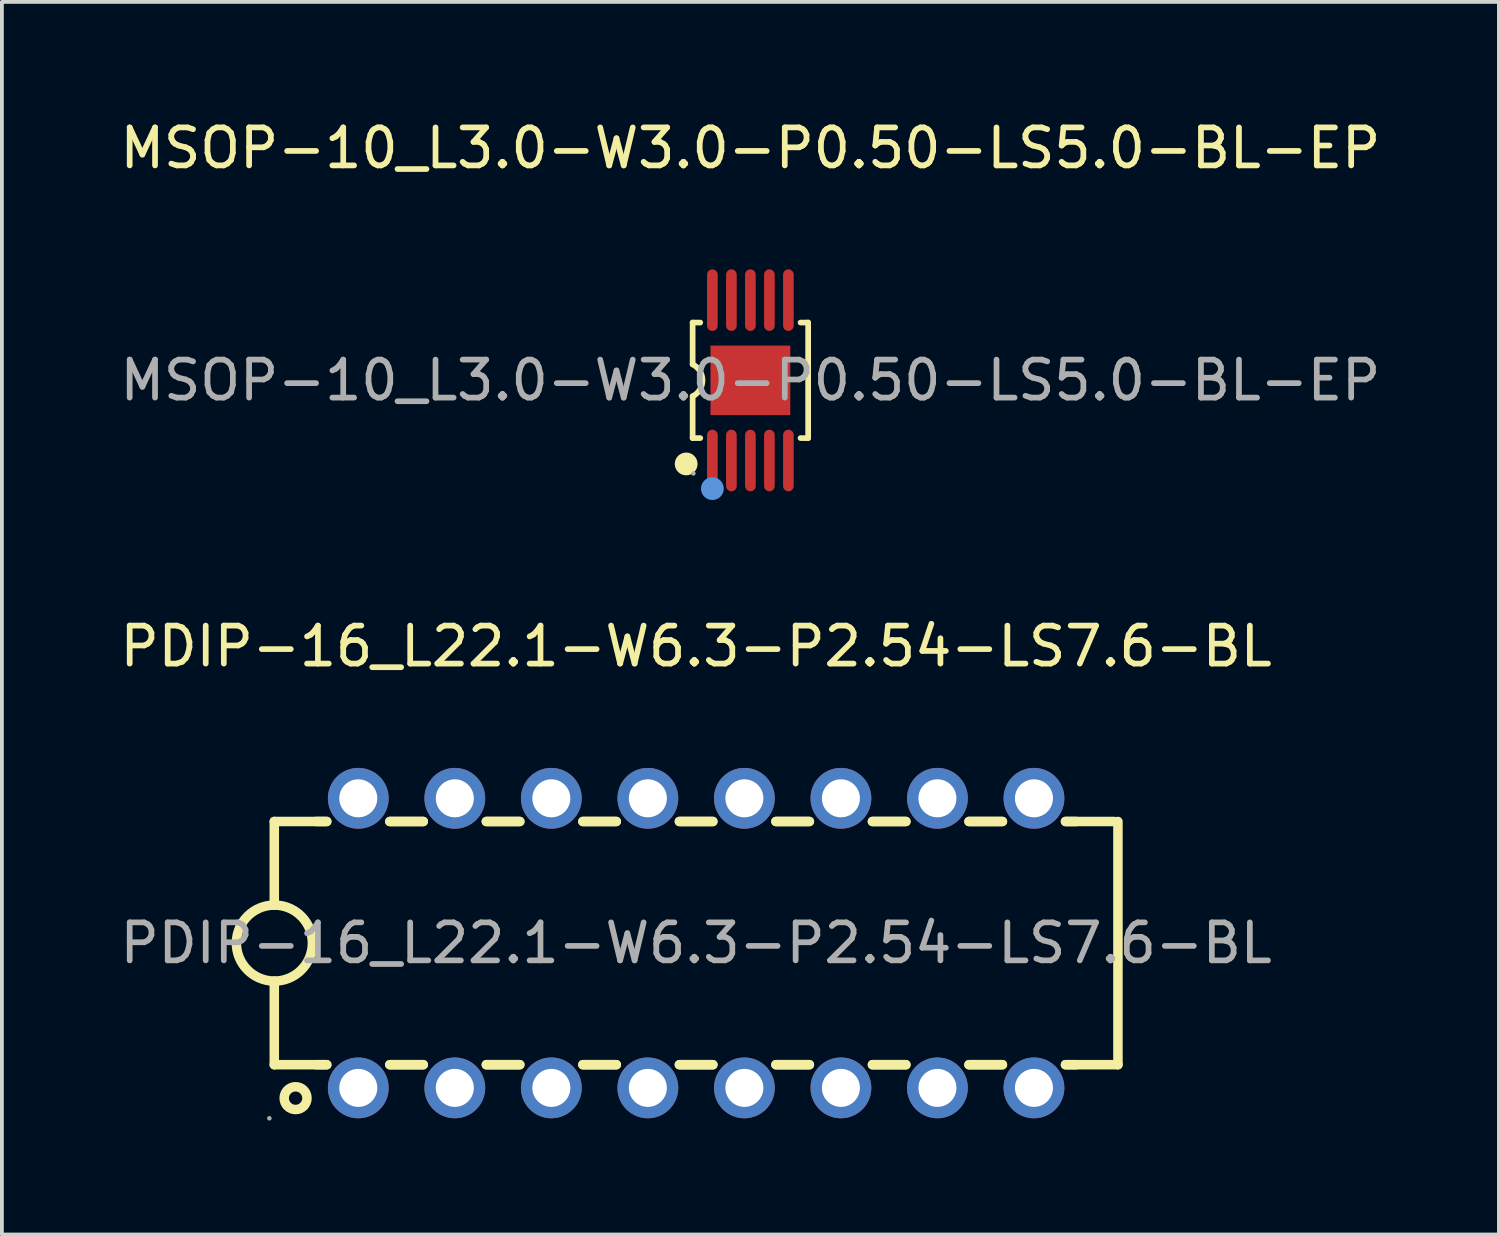
<source format=kicad_pcb>
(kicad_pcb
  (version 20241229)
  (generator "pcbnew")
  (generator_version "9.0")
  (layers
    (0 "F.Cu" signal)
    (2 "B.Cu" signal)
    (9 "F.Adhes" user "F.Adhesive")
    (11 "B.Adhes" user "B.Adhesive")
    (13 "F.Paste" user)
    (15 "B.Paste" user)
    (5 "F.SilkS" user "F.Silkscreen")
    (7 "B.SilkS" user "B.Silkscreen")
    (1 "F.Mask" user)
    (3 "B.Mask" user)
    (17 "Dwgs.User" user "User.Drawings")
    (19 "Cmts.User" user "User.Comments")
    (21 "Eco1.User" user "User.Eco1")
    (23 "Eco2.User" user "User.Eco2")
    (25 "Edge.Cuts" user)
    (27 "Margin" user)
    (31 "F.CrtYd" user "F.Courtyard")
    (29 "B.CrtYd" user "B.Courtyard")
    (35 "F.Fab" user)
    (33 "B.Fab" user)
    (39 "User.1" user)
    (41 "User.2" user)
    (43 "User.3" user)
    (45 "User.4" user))
  (footprint "MSOP-10_L3.0-W3.0-P0.50-LS5.0-BL-EP"
    (layer "F.Cu")
    (at 16.696 6.958)
    (property "Reference" "MSOP-10_L3.0-W3.0-P0.50-LS5.0-BL-EP" (at 0 -6.11 0) (layer "F.SilkS") (effects (font (size 1 1) (thickness 0.15))))
    (attr through_hole)
    (fp_line (start -1.52 -1.52) (end -1.52 -0.42) (stroke (width 0.15) (type solid)) (layer "F.SilkS"))
    (fp_line (start -1.52 1.52) (end -1.52 0.42) (stroke (width 0.15) (type solid)) (layer "F.SilkS"))
    (fp_line (start -1.52 1.52) (end -1.32 1.52) (stroke (width 0.15) (type solid)) (layer "F.SilkS"))
    (fp_line (start -1.32 -1.52) (end -1.52 -1.52) (stroke (width 0.15) (type solid)) (layer "F.SilkS"))
    (fp_line (start 1.32 1.52) (end 1.52 1.52) (stroke (width 0.15) (type solid)) (layer "F.SilkS"))
    (fp_line (start 1.52 -1.52) (end 1.32 -1.52) (stroke (width 0.15) (type solid)) (layer "F.SilkS"))
    (fp_line (start 1.52 1.52) (end 1.52 -1.52) (stroke (width 0.15) (type solid)) (layer "F.SilkS"))
    (fp_arc (start -1.52 -0.42) (mid -1.260427 -0.00086) (end -1.518463 0.419228) (stroke (width 0.15) (type solid)) (layer "F.SilkS"))
    (fp_circle (center -1.69 2.2) (end -1.54 2.2) (stroke (width 0.3) (type solid)) (fill no) (layer "F.SilkS"))
    (fp_circle (center -1 2.85) (end -0.85 2.85) (stroke (width 0.3) (type solid)) (fill no) (layer "Cmts.User"))
    (fp_circle (center -1.5 2.45) (end -1.47 2.45) (stroke (width 0.06) (type solid)) (fill no) (layer "F.Fab"))
    (fp_text user "${REFERENCE}" (at 0 0 0) (layer "F.Fab") (effects (font (size 1 1) (thickness 0.15))))
    (pad "1" smd oval (at -1 2.11) (size 0.28 1.62) (layers "F.Cu" "F.Mask" "F.Paste"))
    (pad "2" smd oval (at -0.5 2.11) (size 0.28 1.62) (layers "F.Cu" "F.Mask" "F.Paste"))
    (pad "3" smd oval (at 0 2.11) (size 0.28 1.62) (layers "F.Cu" "F.Mask" "F.Paste"))
    (pad "4" smd oval (at 0.5 2.11) (size 0.28 1.62) (layers "F.Cu" "F.Mask" "F.Paste"))
    (pad "5" smd oval (at 1 2.11) (size 0.28 1.62) (layers "F.Cu" "F.Mask" "F.Paste"))
    (pad "6" smd oval (at 1 -2.11) (size 0.28 1.62) (layers "F.Cu" "F.Mask" "F.Paste"))
    (pad "7" smd oval (at 0.5 -2.11) (size 0.28 1.62) (layers "F.Cu" "F.Mask" "F.Paste"))
    (pad "8" smd oval (at 0 -2.11) (size 0.28 1.62) (layers "F.Cu" "F.Mask" "F.Paste"))
    (pad "9" smd oval (at -0.5 -2.11) (size 0.28 1.62) (layers "F.Cu" "F.Mask" "F.Paste"))
    (pad "10" smd oval (at -1 -2.11) (size 0.28 1.62) (layers "F.Cu" "F.Mask" "F.Paste"))
    (pad "11" smd rect (at 0 0) (size 2.1 1.83) (layers "F.Cu" "F.Mask" "F.Paste")))
  (footprint "PDIP-16_L22.1-W6.3-P2.54-LS7.6-BL"
    (layer "F.Cu")
    (at 15.268 21.767)
    (property "Reference" "PDIP-16_L22.1-W6.3-P2.54-LS7.6-BL" (at 0 -7.81 0) (layer "F.SilkS") (effects (font (size 1 1) (thickness 0.15))))
    (attr through_hole)
    (fp_line (start -11.1 -3.2) (end -9.72 -3.2) (stroke (width 0.25) (type solid)) (layer "F.SilkS"))
    (fp_line (start -11.1 -1) (end -11.1 -3.2) (stroke (width 0.25) (type solid)) (layer "F.SilkS"))
    (fp_line (start -11.1 3.2) (end -11.1 1) (stroke (width 0.25) (type solid)) (layer "F.SilkS"))
    (fp_line (start -11.1 3.2) (end -9.72 3.2) (stroke (width 0.25) (type solid)) (layer "F.SilkS"))
    (fp_line (start -10 -3.2) (end -9.72 -3.2) (stroke (width 0.25) (type solid)) (layer "F.SilkS"))
    (fp_line (start -10 3.2) (end -9.72 3.2) (stroke (width 0.25) (type solid)) (layer "F.SilkS"))
    (fp_line (start -8.06 -3.2) (end -7.18 -3.2) (stroke (width 0.25) (type solid)) (layer "F.SilkS"))
    (fp_line (start -8.06 -3.2) (end -7.18 -3.2) (stroke (width 0.25) (type solid)) (layer "F.SilkS"))
    (fp_line (start -8.06 3.2) (end -7.18 3.2) (stroke (width 0.25) (type solid)) (layer "F.SilkS"))
    (fp_line (start -8.06 3.2) (end -7.18 3.2) (stroke (width 0.25) (type solid)) (layer "F.SilkS"))
    (fp_line (start -5.52 -3.2) (end -4.64 -3.2) (stroke (width 0.25) (type solid)) (layer "F.SilkS"))
    (fp_line (start -5.52 -3.2) (end -4.64 -3.2) (stroke (width 0.25) (type solid)) (layer "F.SilkS"))
    (fp_line (start -5.52 3.2) (end -4.64 3.2) (stroke (width 0.25) (type solid)) (layer "F.SilkS"))
    (fp_line (start -5.52 3.2) (end -4.64 3.2) (stroke (width 0.25) (type solid)) (layer "F.SilkS"))
    (fp_line (start -2.98 -3.2) (end -2.1 -3.2) (stroke (width 0.25) (type solid)) (layer "F.SilkS"))
    (fp_line (start -2.98 -3.2) (end -2.1 -3.2) (stroke (width 0.25) (type solid)) (layer "F.SilkS"))
    (fp_line (start -2.98 3.2) (end -2.1 3.2) (stroke (width 0.25) (type solid)) (layer "F.SilkS"))
    (fp_line (start -2.98 3.2) (end -2.1 3.2) (stroke (width 0.25) (type solid)) (layer "F.SilkS"))
    (fp_line (start -0.44 -3.2) (end 0.44 -3.2) (stroke (width 0.25) (type solid)) (layer "F.SilkS"))
    (fp_line (start -0.44 -3.2) (end 0.44 -3.2) (stroke (width 0.25) (type solid)) (layer "F.SilkS"))
    (fp_line (start -0.44 3.2) (end 0.44 3.2) (stroke (width 0.25) (type solid)) (layer "F.SilkS"))
    (fp_line (start -0.44 3.2) (end 0.44 3.2) (stroke (width 0.25) (type solid)) (layer "F.SilkS"))
    (fp_line (start 2.1 -3.2) (end 2.98 -3.2) (stroke (width 0.25) (type solid)) (layer "F.SilkS"))
    (fp_line (start 2.1 -3.2) (end 2.98 -3.2) (stroke (width 0.25) (type solid)) (layer "F.SilkS"))
    (fp_line (start 2.1 3.2) (end 2.98 3.2) (stroke (width 0.25) (type solid)) (layer "F.SilkS"))
    (fp_line (start 2.1 3.2) (end 2.98 3.2) (stroke (width 0.25) (type solid)) (layer "F.SilkS"))
    (fp_line (start 4.64 -3.2) (end 5.52 -3.2) (stroke (width 0.25) (type solid)) (layer "F.SilkS"))
    (fp_line (start 4.64 -3.2) (end 5.52 -3.2) (stroke (width 0.25) (type solid)) (layer "F.SilkS"))
    (fp_line (start 4.64 3.2) (end 5.52 3.2) (stroke (width 0.25) (type solid)) (layer "F.SilkS"))
    (fp_line (start 4.64 3.2) (end 5.52 3.2) (stroke (width 0.25) (type solid)) (layer "F.SilkS"))
    (fp_line (start 7.18 -3.2) (end 8.06 -3.2) (stroke (width 0.25) (type solid)) (layer "F.SilkS"))
    (fp_line (start 7.18 -3.2) (end 8.06 -3.2) (stroke (width 0.25) (type solid)) (layer "F.SilkS"))
    (fp_line (start 7.18 3.2) (end 8.06 3.2) (stroke (width 0.25) (type solid)) (layer "F.SilkS"))
    (fp_line (start 7.18 3.2) (end 8.06 3.2) (stroke (width 0.25) (type solid)) (layer "F.SilkS"))
    (fp_line (start 9.72 -3.2) (end 10 -3.2) (stroke (width 0.25) (type solid)) (layer "F.SilkS"))
    (fp_line (start 9.72 -3.2) (end 11 -3.2) (stroke (width 0.25) (type solid)) (layer "F.SilkS"))
    (fp_line (start 9.72 3.2) (end 10 3.2) (stroke (width 0.25) (type solid)) (layer "F.SilkS"))
    (fp_line (start 9.72 3.2) (end 11.1 3.2) (stroke (width 0.25) (type solid)) (layer "F.SilkS"))
    (fp_line (start 11.1 3.2) (end 11.1 -3.2) (stroke (width 0.25) (type solid)) (layer "F.SilkS"))
    (fp_arc (start -11.117452 0.999848) (mid -11.091274 -0.999962) (end -11.1 1) (stroke (width 0.25) (type solid)) (layer "F.SilkS"))
    (fp_circle (center -10.54 4.08) (end -10.24 4.08) (stroke (width 0.25) (type solid)) (fill no) (layer "F.SilkS"))
    (fp_circle (center -11.23 4.61) (end -11.2 4.61) (stroke (width 0.06) (type solid)) (fill no) (layer "F.Fab"))
    (fp_circle (center -8.89 -3.81) (end -8.69 -3.81) (stroke (width 0.4) (type solid)) (fill no) (layer "F.Fab"))
    (fp_circle (center -8.89 3.81) (end -8.69 3.81) (stroke (width 0.4) (type solid)) (fill no) (layer "F.Fab"))
    (fp_circle (center -6.35 -3.81) (end -6.15 -3.81) (stroke (width 0.4) (type solid)) (fill no) (layer "F.Fab"))
    (fp_circle (center -6.35 3.81) (end -6.15 3.81) (stroke (width 0.4) (type solid)) (fill no) (layer "F.Fab"))
    (fp_circle (center -3.81 -3.81) (end -3.61 -3.81) (stroke (width 0.4) (type solid)) (fill no) (layer "F.Fab"))
    (fp_circle (center -3.81 3.81) (end -3.61 3.81) (stroke (width 0.4) (type solid)) (fill no) (layer "F.Fab"))
    (fp_circle (center -1.27 -3.81) (end -1.07 -3.81) (stroke (width 0.4) (type solid)) (fill no) (layer "F.Fab"))
    (fp_circle (center -1.27 3.81) (end -1.07 3.81) (stroke (width 0.4) (type solid)) (fill no) (layer "F.Fab"))
    (fp_circle (center 1.27 -3.81) (end 1.47 -3.81) (stroke (width 0.4) (type solid)) (fill no) (layer "F.Fab"))
    (fp_circle (center 1.27 3.81) (end 1.47 3.81) (stroke (width 0.4) (type solid)) (fill no) (layer "F.Fab"))
    (fp_circle (center 3.81 -3.81) (end 4.01 -3.81) (stroke (width 0.4) (type solid)) (fill no) (layer "F.Fab"))
    (fp_circle (center 3.81 3.81) (end 4.01 3.81) (stroke (width 0.4) (type solid)) (fill no) (layer "F.Fab"))
    (fp_circle (center 6.35 -3.81) (end 6.55 -3.81) (stroke (width 0.4) (type solid)) (fill no) (layer "F.Fab"))
    (fp_circle (center 6.35 3.81) (end 6.55 3.81) (stroke (width 0.4) (type solid)) (fill no) (layer "F.Fab"))
    (fp_circle (center 8.89 -3.81) (end 9.09 -3.81) (stroke (width 0.4) (type solid)) (fill no) (layer "F.Fab"))
    (fp_circle (center 8.89 3.81) (end 9.09 3.81) (stroke (width 0.4) (type solid)) (fill no) (layer "F.Fab"))
    (fp_text user "${REFERENCE}" (at 0 0 0) (layer "F.Fab") (effects (font (size 1 1) (thickness 0.15))))
    (pad "1" thru_hole circle (at -8.89 3.81 90) (size 1.6 1.6) (drill 1) (layers "*.Cu" "*.Paste" "*.Mask"))
    (pad "2" thru_hole circle (at -6.35 3.81 90) (size 1.6 1.6) (drill 1) (layers "*.Cu" "*.Paste" "*.Mask"))
    (pad "3" thru_hole circle (at -3.81 3.81 90) (size 1.6 1.6) (drill 1) (layers "*.Cu" "*.Paste" "*.Mask"))
    (pad "4" thru_hole circle (at -1.27 3.81 90) (size 1.6 1.6) (drill 1) (layers "*.Cu" "*.Paste" "*.Mask"))
    (pad "5" thru_hole circle (at 1.27 3.81 90) (size 1.6 1.6) (drill 1) (layers "*.Cu" "*.Paste" "*.Mask"))
    (pad "6" thru_hole circle (at 3.81 3.81 90) (size 1.6 1.6) (drill 1) (layers "*.Cu" "*.Paste" "*.Mask"))
    (pad "7" thru_hole circle (at 6.35 3.81 90) (size 1.6 1.6) (drill 1) (layers "*.Cu" "*.Paste" "*.Mask"))
    (pad "8" thru_hole circle (at 8.89 3.81 90) (size 1.6 1.6) (drill 1) (layers "*.Cu" "*.Paste" "*.Mask"))
    (pad "9" thru_hole circle (at 8.89 -3.81 90) (size 1.6 1.6) (drill 1) (layers "*.Cu" "*.Paste" "*.Mask"))
    (pad "10" thru_hole circle (at 6.35 -3.81 90) (size 1.6 1.6) (drill 1) (layers "*.Cu" "*.Paste" "*.Mask"))
    (pad "11" thru_hole circle (at 3.81 -3.81 90) (size 1.6 1.6) (drill 1) (layers "*.Cu" "*.Paste" "*.Mask"))
    (pad "12" thru_hole circle (at 1.27 -3.81 90) (size 1.6 1.6) (drill 1) (layers "*.Cu" "*.Paste" "*.Mask"))
    (pad "13" thru_hole circle (at -1.27 -3.81 90) (size 1.6 1.6) (drill 1) (layers "*.Cu" "*.Paste" "*.Mask"))
    (pad "14" thru_hole circle (at -3.81 -3.81 90) (size 1.6 1.6) (drill 1) (layers "*.Cu" "*.Paste" "*.Mask"))
    (pad "15" thru_hole circle (at -6.35 -3.81 90) (size 1.6 1.6) (drill 1) (layers "*.Cu" "*.Paste" "*.Mask"))
    (pad "16" thru_hole circle (at -8.89 -3.81 90) (size 1.6 1.6) (drill 1) (layers "*.Cu" "*.Paste" "*.Mask")))
  (gr_rect
    (start -3 -3)
    (end 36.393 29.436)
    (stroke (width 0.1) (type default))
    (fill no)
    (layer "Edge.Cuts")))
</source>
